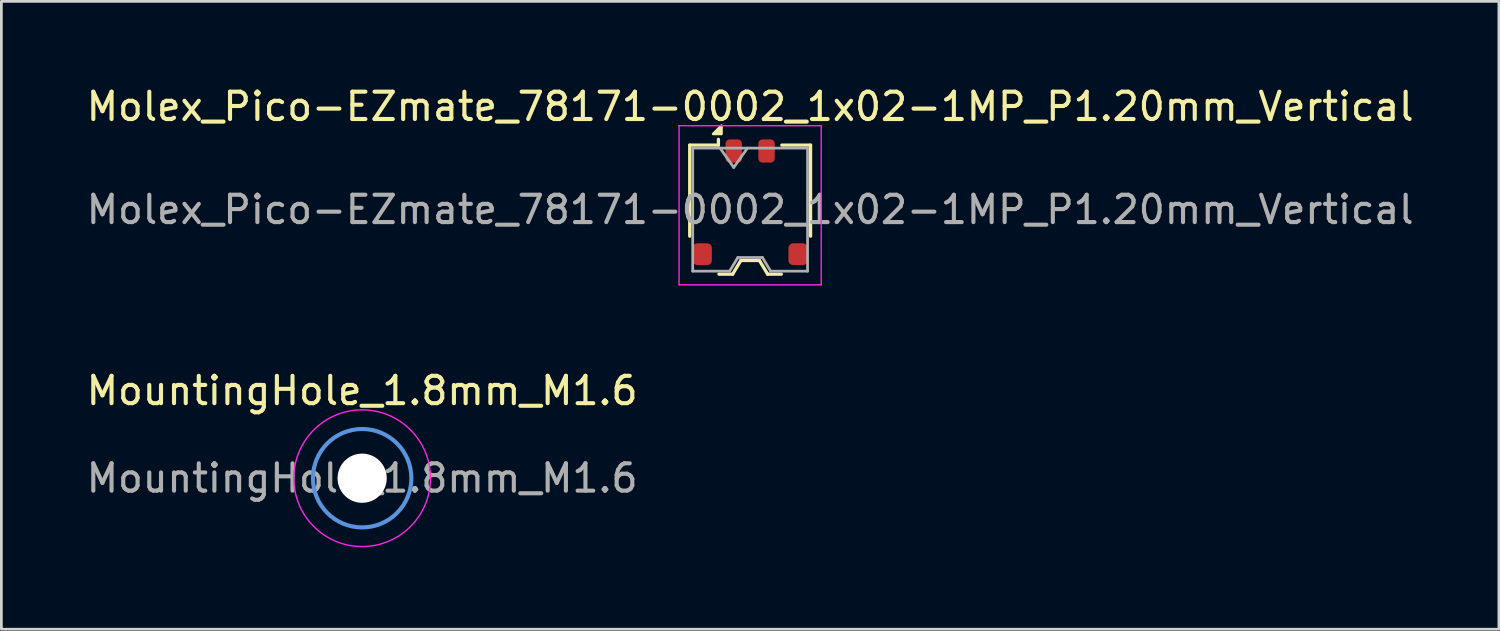
<source format=kicad_pcb>
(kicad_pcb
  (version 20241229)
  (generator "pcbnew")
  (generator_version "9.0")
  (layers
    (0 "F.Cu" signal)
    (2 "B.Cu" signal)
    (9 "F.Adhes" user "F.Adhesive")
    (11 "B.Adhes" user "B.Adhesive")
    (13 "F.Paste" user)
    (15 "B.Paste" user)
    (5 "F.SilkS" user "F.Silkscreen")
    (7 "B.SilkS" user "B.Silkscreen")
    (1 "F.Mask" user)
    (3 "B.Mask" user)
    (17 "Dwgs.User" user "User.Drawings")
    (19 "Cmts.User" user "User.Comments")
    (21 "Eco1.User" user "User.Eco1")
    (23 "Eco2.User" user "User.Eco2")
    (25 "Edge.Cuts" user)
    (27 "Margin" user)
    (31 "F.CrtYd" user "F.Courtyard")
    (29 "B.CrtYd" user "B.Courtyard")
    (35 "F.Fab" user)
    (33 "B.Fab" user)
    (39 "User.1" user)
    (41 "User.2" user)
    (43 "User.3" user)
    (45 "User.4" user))
  (footprint "MountingHole_1.8mm_M1.6"
    (layer "F.Cu")
    (at 10.196 14.441)
    (property "Reference" "MountingHole_1.8mm_M1.6" (at 0 -3.2 0) (layer "F.SilkS") (effects (font (size 1 1) (thickness 0.15))))
    (attr exclude_from_pos_files exclude_from_bom)
    (fp_circle (center 0 0) (end 1.8 0) (stroke (width 0.15) (type solid)) (fill no) (layer "Cmts.User"))
    (fp_circle (center 0 0) (end 2.5 0) (stroke (width 0.05) (type solid)) (fill no) (layer "F.CrtYd"))
    (fp_text user "${REFERENCE}" (at 0 0 0) (layer "F.Fab") (effects (font (size 1 1) (thickness 0.15))))
    (pad "" np_thru_hole circle (at 0 0) (size 1.8 1.8) (drill 1.8) (layers "*.Cu" "*.Mask")))
  (footprint "Molex_Pico-EZmate_78171-0002_1x02-1MP_P1.20mm_Vertical"
    (layer "F.Cu")
    (at 24.387 4.348)
    (property "Reference" "Molex_Pico-EZmate_78171-0002_1x02-1MP_P1.20mm_Vertical" (at 0 -3.5 0) (layer "F.SilkS") (effects (font (size 1 1) (thickness 0.15))))
    (attr smd)
    (fp_line (start -2.21 -2.09) (end -1.16 -2.09) (stroke (width 0.12) (type solid)) (layer "F.SilkS"))
    (fp_line (start -2.21 1.24) (end -2.21 -2.09) (stroke (width 0.12) (type solid)) (layer "F.SilkS"))
    (fp_line (start -1.16 -2.09) (end -1.16 -2.3) (stroke (width 0.12) (type solid)) (layer "F.SilkS"))
    (fp_line (start -1.14 2.63) (end -0.64 2.63) (stroke (width 0.12) (type solid)) (layer "F.SilkS"))
    (fp_line (start -0.64 2.63) (end -0.34 2.13) (stroke (width 0.12) (type solid)) (layer "F.SilkS"))
    (fp_line (start -0.34 2.13) (end 0.34 2.13) (stroke (width 0.12) (type solid)) (layer "F.SilkS"))
    (fp_line (start 0.34 2.13) (end 0.64 2.63) (stroke (width 0.12) (type solid)) (layer "F.SilkS"))
    (fp_line (start 0.64 2.63) (end 1.14 2.63) (stroke (width 0.12) (type solid)) (layer "F.SilkS"))
    (fp_line (start 2.21 -2.09) (end 1.16 -2.09) (stroke (width 0.12) (type solid)) (layer "F.SilkS"))
    (fp_line (start 2.21 1.24) (end 2.21 -2.09) (stroke (width 0.12) (type solid)) (layer "F.SilkS"))
    (fp_poly (pts (xy -1.05 -2.5) (xy -1.05 -2.8) (xy -1.35 -2.5)) (stroke (width 0.1) (type solid)) (fill yes) (layer "F.SilkS"))
    (fp_line (start -2.6 -2.8) (end -2.6 3.02) (stroke (width 0.05) (type solid)) (layer "F.CrtYd"))
    (fp_line (start -2.6 3.02) (end 2.6 3.02) (stroke (width 0.05) (type solid)) (layer "F.CrtYd"))
    (fp_line (start 2.6 -2.8) (end -2.6 -2.8) (stroke (width 0.05) (type solid)) (layer "F.CrtYd"))
    (fp_line (start 2.6 3.02) (end 2.6 -2.8) (stroke (width 0.05) (type solid)) (layer "F.CrtYd"))
    (fp_line (start -2.1 -1.98) (end -2.1 2.52) (stroke (width 0.1) (type solid)) (layer "F.Fab"))
    (fp_line (start -2.1 -1.98) (end 2.1 -1.98) (stroke (width 0.1) (type solid)) (layer "F.Fab"))
    (fp_line (start -2.1 2.52) (end -0.75 2.52) (stroke (width 0.1) (type solid)) (layer "F.Fab"))
    (fp_line (start -1.1 -1.98) (end -0.6 -1.273) (stroke (width 0.1) (type solid)) (layer "F.Fab"))
    (fp_line (start -0.75 2.52) (end -0.45 2.02) (stroke (width 0.1) (type solid)) (layer "F.Fab"))
    (fp_line (start -0.6 -1.273) (end -0.1 -1.98) (stroke (width 0.1) (type solid)) (layer "F.Fab"))
    (fp_line (start -0.45 2.02) (end 0.45 2.02) (stroke (width 0.1) (type solid)) (layer "F.Fab"))
    (fp_line (start 0.45 2.02) (end 0.75 2.52) (stroke (width 0.1) (type solid)) (layer "F.Fab"))
    (fp_line (start 0.75 2.52) (end 2.1 2.52) (stroke (width 0.1) (type solid)) (layer "F.Fab"))
    (fp_line (start 2.1 -1.98) (end 2.1 2.52) (stroke (width 0.1) (type solid)) (layer "F.Fab"))
    (fp_text user "${REFERENCE}" (at 0 0.27 0) (layer "F.Fab") (effects (font (size 1 1) (thickness 0.15))))
    (pad "1" smd roundrect (at -0.6 -1.875) (size 0.6 0.85) (layers "F.Cu" "F.Mask" "F.Paste") (roundrect_rratio 0.25))
    (pad "2" smd roundrect (at 0.6 -1.875) (size 0.6 0.85) (layers "F.Cu" "F.Mask" "F.Paste") (roundrect_rratio 0.25))
    (pad "MP" smd roundrect (at -1.75 1.9) (size 0.7 0.8) (layers "F.Cu" "F.Mask" "F.Paste") (roundrect_rratio 0.25))
    (pad "MP" smd roundrect (at 1.75 1.9) (size 0.7 0.8) (layers "F.Cu" "F.Mask" "F.Paste") (roundrect_rratio 0.25)))
  (gr_rect
    (start -3 -3)
    (end 51.774 19.966)
    (stroke (width 0.1) (type default))
    (fill no)
    (layer "Edge.Cuts")))
</source>
